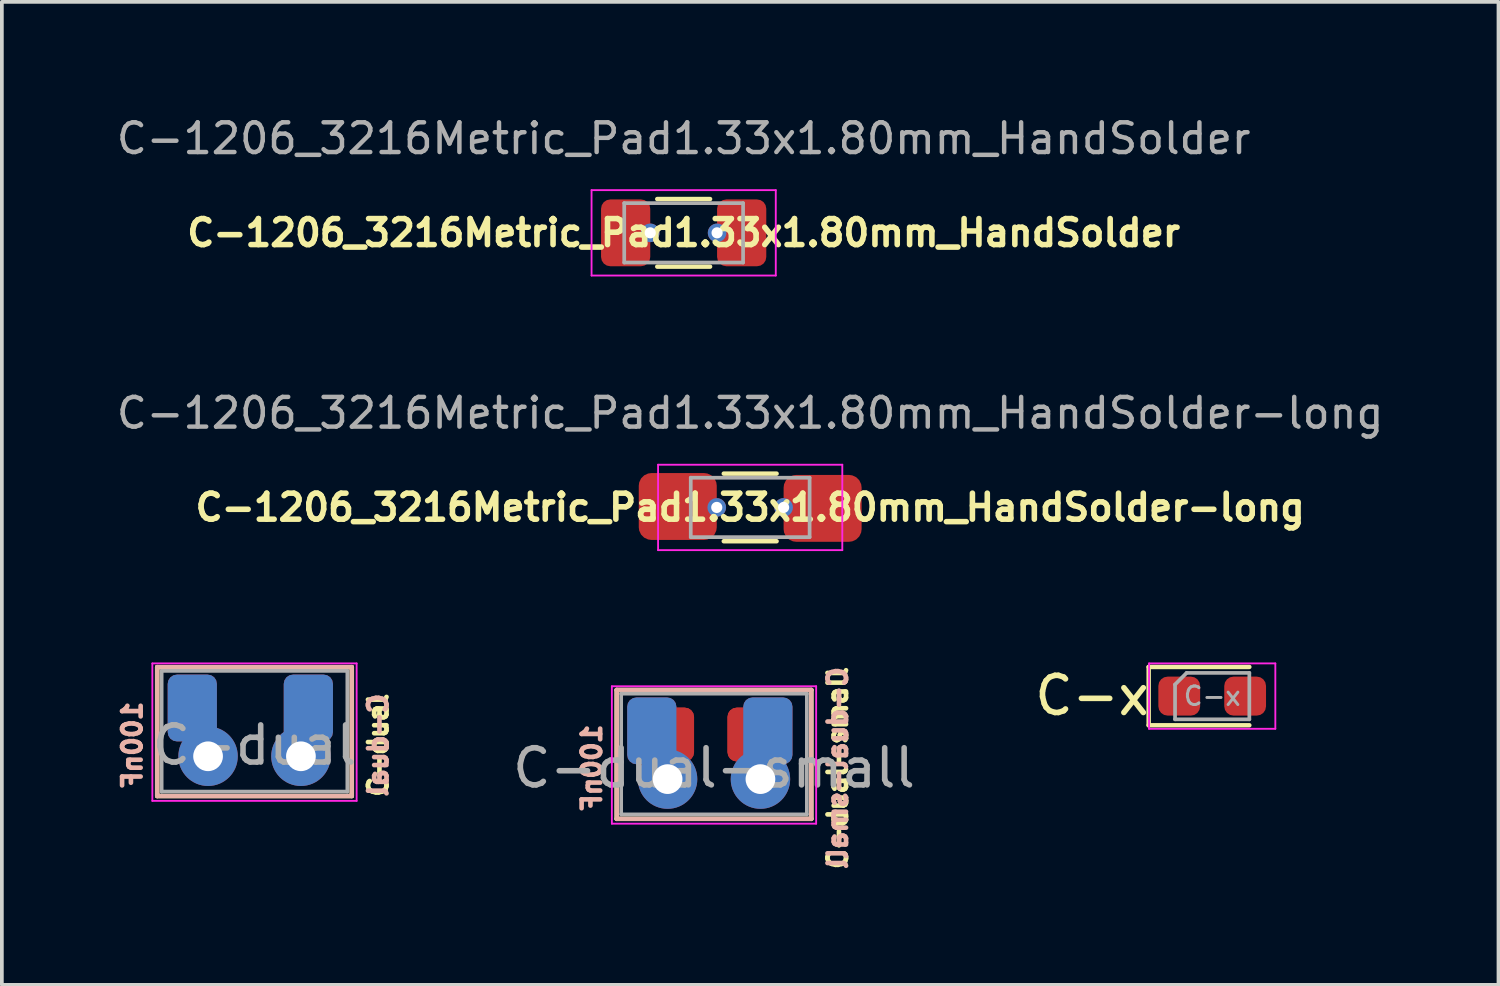
<source format=kicad_pcb>
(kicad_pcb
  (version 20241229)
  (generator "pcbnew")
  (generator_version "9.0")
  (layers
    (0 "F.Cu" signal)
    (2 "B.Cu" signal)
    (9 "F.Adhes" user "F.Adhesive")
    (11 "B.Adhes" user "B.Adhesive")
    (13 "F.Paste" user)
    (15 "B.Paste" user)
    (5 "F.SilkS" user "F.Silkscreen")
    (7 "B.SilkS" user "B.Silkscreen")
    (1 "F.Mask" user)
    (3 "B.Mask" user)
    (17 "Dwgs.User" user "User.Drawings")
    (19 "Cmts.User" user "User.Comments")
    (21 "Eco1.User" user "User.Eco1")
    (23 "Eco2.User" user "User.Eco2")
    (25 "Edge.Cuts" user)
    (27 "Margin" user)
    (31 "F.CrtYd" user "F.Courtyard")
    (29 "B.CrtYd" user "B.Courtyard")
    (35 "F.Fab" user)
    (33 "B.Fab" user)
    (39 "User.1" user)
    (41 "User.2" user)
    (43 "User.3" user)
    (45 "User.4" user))
  (footprint "C-dual-small"
    (layer "F.Cu")
    (at 14.924 17.627)
    (property "Reference" "C-dual-small" (at 4.58 0 90) (layer "F.SilkS") (effects (font (size 0.5 0.5) (thickness 0.125))))
    (property "Value" "100nF" (at -2.04 0 90) (layer "F.SilkS") (hide yes) (effects (font (size 0.5 0.5) (thickness 0.125))))
    (attr smd)
    (fp_line (start -1.37 -2.1) (end -1.37 1.37) (stroke (width 0.12) (type solid)) (layer "F.SilkS"))
    (fp_line (start -1.37 -2.1) (end 3.87 -2.1) (stroke (width 0.12) (type solid)) (layer "F.SilkS"))
    (fp_line (start -1.37 1.37) (end 3.87 1.37) (stroke (width 0.12) (type solid)) (layer "F.SilkS"))
    (fp_line (start 3.87 -2.1) (end 3.87 1.37) (stroke (width 0.12) (type solid)) (layer "F.SilkS"))
    (fp_line (start -1.37 -2.1) (end -1.37 1.37) (stroke (width 0.12) (type solid)) (layer "B.SilkS"))
    (fp_line (start -1.37 -2.1) (end 3.87 -2.1) (stroke (width 0.12) (type solid)) (layer "B.SilkS"))
    (fp_line (start -1.37 1.37) (end 3.87 1.37) (stroke (width 0.12) (type solid)) (layer "B.SilkS"))
    (fp_line (start 3.87 -2.1) (end 3.87 1.37) (stroke (width 0.12) (type solid)) (layer "B.SilkS"))
    (fp_line (start -1.5 -2.2) (end -1.5 1.5) (stroke (width 0.05) (type solid)) (layer "F.CrtYd"))
    (fp_line (start -1.5 1.5) (end 4 1.5) (stroke (width 0.05) (type solid)) (layer "F.CrtYd"))
    (fp_line (start 4 -2.2) (end -1.5 -2.2) (stroke (width 0.05) (type solid)) (layer "F.CrtYd"))
    (fp_line (start 4 1.5) (end 4 -2.2) (stroke (width 0.05) (type solid)) (layer "F.CrtYd"))
    (fp_line (start -1.25 -2) (end -1.25 1.25) (stroke (width 0.1) (type solid)) (layer "F.Fab"))
    (fp_line (start -1.25 1.25) (end 3.75 1.25) (stroke (width 0.1) (type solid)) (layer "F.Fab"))
    (fp_line (start 3.75 -2) (end -1.25 -2) (stroke (width 0.1) (type solid)) (layer "F.Fab"))
    (fp_line (start 3.75 1.25) (end 3.75 -2) (stroke (width 0.1) (type solid)) (layer "F.Fab"))
    (fp_text user "${REFERENCE}" (at 4.58 0 90) (layer "B.SilkS") (effects (font (size 0.5 0.5) (thickness 0.125)) (justify mirror)))
    (fp_text user "${VALUE}" (at -2.04 0 90) (layer "B.SilkS") (effects (font (size 0.5 0.5) (thickness 0.125)) (justify mirror)))
    (fp_text user "${REFERENCE}" (at 1.25 0 0) (layer "F.Fab") (effects (font (size 1 1) (thickness 0.15))))
    (pad "1" smd roundrect (at -0.425 -1) (size 1.325 1.8) (layers "F.Cu" "F.Mask" "F.Paste") (roundrect_rratio 0.189))
    (pad "1" smd roundrect (at -0.425 -1) (size 1.325 1.8) (layers "B.Cu" "B.Mask" "B.Paste") (roundrect_rratio 0.189))
    (pad "1" thru_hole circle (at 0 0.3) (size 1.6 1.6) (drill 0.8) (layers "*.Cu" "*.Mask"))
    (pad "1" smd roundrect (at 0.125 -0.9) (size 1.175 1.45) (layers "F.Cu" "F.Mask" "F.Paste") (roundrect_rratio 0.213))
    (pad "1" smd roundrect (at 0.125 -0.9) (size 1.175 1.45) (layers "F.Cu" "B.Mask" "B.Paste") (roundrect_rratio 0.213))
    (pad "2" smd roundrect (at 2.2 -0.9) (size 1.175 1.45) (layers "F.Cu" "F.Mask" "F.Paste") (roundrect_rratio 0.213))
    (pad "2" smd roundrect (at 2.2 -0.9) (size 1.175 1.45) (layers "F.Cu" "B.Mask" "B.Paste") (roundrect_rratio 0.213))
    (pad "2" thru_hole circle (at 2.5 0.3) (size 1.6 1.6) (drill 0.8) (layers "*.Cu" "*.Mask"))
    (pad "2" smd roundrect (at 2.7 -1) (size 1.325 1.8) (layers "F.Cu" "F.Mask" "F.Paste") (roundrect_rratio 0.189))
    (pad "2" smd roundrect (at 2.7 -1) (size 1.325 1.8) (layers "B.Cu" "B.Mask" "B.Paste") (roundrect_rratio 0.189)))
  (footprint "C-1206_3216Metric_Pad1.33x1.80mm_HandSolder"
    (layer "F.Cu")
    (at 15.357 3.219)
    (property "Reference" "C-1206_3216Metric_Pad1.33x1.80mm_HandSolder" (at 0 0 0) (layer "F.SilkS") (effects (font (size 0.7 0.7) (thickness 0.15))))
    (attr smd)
    (fp_line (start -0.711 -0.91) (end 0.711 -0.91) (stroke (width 0.12) (type solid)) (layer "F.SilkS"))
    (fp_line (start -0.711 0.91) (end 0.711 0.91) (stroke (width 0.12) (type solid)) (layer "F.SilkS"))
    (fp_line (start -2.48 -1.15) (end 2.48 -1.15) (stroke (width 0.05) (type solid)) (layer "F.CrtYd"))
    (fp_line (start -2.48 1.15) (end -2.48 -1.15) (stroke (width 0.05) (type solid)) (layer "F.CrtYd"))
    (fp_line (start 2.48 -1.15) (end 2.48 1.15) (stroke (width 0.05) (type solid)) (layer "F.CrtYd"))
    (fp_line (start 2.48 1.15) (end -2.48 1.15) (stroke (width 0.05) (type solid)) (layer "F.CrtYd"))
    (fp_line (start -1.6 -0.8) (end 1.6 -0.8) (stroke (width 0.1) (type solid)) (layer "F.Fab"))
    (fp_line (start -1.6 0.8) (end -1.6 -0.8) (stroke (width 0.1) (type solid)) (layer "F.Fab"))
    (fp_line (start 1.6 -0.8) (end 1.6 0.8) (stroke (width 0.1) (type solid)) (layer "F.Fab"))
    (fp_line (start 1.6 0.8) (end -1.6 0.8) (stroke (width 0.1) (type solid)) (layer "F.Fab"))
    (fp_text user "${REFERENCE}" (at 0 -2.54 0) (layer "F.Fab") (effects (font (size 0.8 0.8) (thickness 0.12))))
    (pad "1" smd roundrect (at -1.562 0) (size 1.325 1.8) (layers "F.Cu" "F.Mask" "F.Paste") (roundrect_rratio 0.189))
    (pad "1" thru_hole circle (at -0.9 0) (size 0.5 0.5) (drill 0.3) (layers "*.Cu" "*.Mask"))
    (pad "2" thru_hole circle (at 0.9 0) (size 0.5 0.5) (drill 0.3) (layers "*.Cu" "*.Mask"))
    (pad "2" smd roundrect (at 1.562 0) (size 1.325 1.8) (layers "F.Cu" "F.Mask" "F.Paste") (roundrect_rratio 0.189)))
  (footprint "C-1206_3216Metric_Pad1.33x1.80mm_HandSolder-long"
    (layer "F.Cu")
    (at 17.148 10.612)
    (property "Reference" "C-1206_3216Metric_Pad1.33x1.80mm_HandSolder-long" (at 0 0 0) (layer "F.SilkS") (effects (font (size 0.7 0.7) (thickness 0.15))))
    (attr smd)
    (fp_line (start -0.711 -0.91) (end 0.711 -0.91) (stroke (width 0.12) (type solid)) (layer "F.SilkS"))
    (fp_line (start -0.711 0.91) (end 0.711 0.91) (stroke (width 0.12) (type solid)) (layer "F.SilkS"))
    (fp_line (start -2.48 -1.15) (end 2.48 -1.15) (stroke (width 0.05) (type solid)) (layer "F.CrtYd"))
    (fp_line (start -2.48 1.15) (end -2.48 -1.15) (stroke (width 0.05) (type solid)) (layer "F.CrtYd"))
    (fp_line (start 2.48 -1.15) (end 2.48 1.15) (stroke (width 0.05) (type solid)) (layer "F.CrtYd"))
    (fp_line (start 2.48 1.15) (end -2.48 1.15) (stroke (width 0.05) (type solid)) (layer "F.CrtYd"))
    (fp_line (start -1.6 -0.8) (end 1.6 -0.8) (stroke (width 0.1) (type solid)) (layer "F.Fab"))
    (fp_line (start -1.6 0.8) (end -1.6 -0.8) (stroke (width 0.1) (type solid)) (layer "F.Fab"))
    (fp_line (start 1.6 -0.8) (end 1.6 0.8) (stroke (width 0.1) (type solid)) (layer "F.Fab"))
    (fp_line (start 1.6 0.8) (end -1.6 0.8) (stroke (width 0.1) (type solid)) (layer "F.Fab"))
    (fp_text user "${REFERENCE}" (at 0 -2.54 0) (layer "F.Fab") (effects (font (size 0.8 0.8) (thickness 0.12))))
    (pad "1" smd roundrect (at -1.95 -0.025) (size 2.1 1.8) (layers "F.Cu" "F.Mask" "F.Paste") (roundrect_rratio 0.189))
    (pad "1" thru_hole circle (at -0.9 0) (size 0.5 0.5) (drill 0.3) (layers "*.Cu" "*.Mask"))
    (pad "2" thru_hole circle (at 0.9 0) (size 0.5 0.5) (drill 0.3) (layers "*.Cu" "*.Mask"))
    (pad "2" smd roundrect (at 1.95 0.025) (size 2.1 1.8) (layers "F.Cu" "F.Mask" "F.Paste") (roundrect_rratio 0.189)))
  (footprint "C-x"
    (layer "F.Cu")
    (at 29.587 15.692)
    (property "Reference" "C-x" (at -3.235 -0.014 0) (layer "F.SilkS") (effects (font (size 1 1) (thickness 0.15))))
    (attr smd)
    (fp_line (start -1.71 -0.785) (end -1.71 0.785) (stroke (width 0.12) (type solid)) (layer "F.SilkS"))
    (fp_line (start -1.71 0.785) (end 1 0.785) (stroke (width 0.12) (type solid)) (layer "F.SilkS"))
    (fp_line (start 1 -0.785) (end -1.71 -0.785) (stroke (width 0.12) (type solid)) (layer "F.SilkS"))
    (fp_line (start -1.7 -0.88) (end 1.7 -0.88) (stroke (width 0.05) (type solid)) (layer "F.CrtYd"))
    (fp_line (start -1.7 0.88) (end -1.7 -0.88) (stroke (width 0.05) (type solid)) (layer "F.CrtYd"))
    (fp_line (start 1.7 -0.88) (end 1.7 0.88) (stroke (width 0.05) (type solid)) (layer "F.CrtYd"))
    (fp_line (start 1.7 0.88) (end -1.7 0.88) (stroke (width 0.05) (type solid)) (layer "F.CrtYd"))
    (fp_line (start -1 -0.312) (end -1 0.625) (stroke (width 0.1) (type solid)) (layer "F.Fab"))
    (fp_line (start -1 0.625) (end 1 0.625) (stroke (width 0.1) (type solid)) (layer "F.Fab"))
    (fp_line (start -0.688 -0.625) (end -1 -0.312) (stroke (width 0.1) (type solid)) (layer "F.Fab"))
    (fp_line (start 1 -0.625) (end -0.688 -0.625) (stroke (width 0.1) (type solid)) (layer "F.Fab"))
    (fp_line (start 1 0.625) (end 1 -0.625) (stroke (width 0.1) (type solid)) (layer "F.Fab"))
    (fp_text user "${REFERENCE}" (at 0 0 0) (layer "F.Fab") (effects (font (size 0.5 0.5) (thickness 0.08))))
    (pad "1" smd roundrect (at -0.887 0) (size 1.125 1.05) (layers "F.Cu" "F.Mask" "F.Paste") (roundrect_rratio 0.238))
    (pad "2" smd roundrect (at 0.887 0) (size 1.125 1.05) (layers "F.Cu" "F.Mask" "F.Paste") (roundrect_rratio 0.238)))
  (footprint "C-dual"
    (layer "F.Cu")
    (at 2.552 17.012)
    (property "Reference" "C-dual" (at 4.58 0 90) (layer "F.SilkS") (effects (font (size 0.5 0.5) (thickness 0.125))))
    (property "Value" "100nF" (at -2.04 0 90) (layer "F.SilkS") (hide yes) (effects (font (size 0.5 0.5) (thickness 0.125))))
    (attr through_hole)
    (fp_line (start -1.37 -2.1) (end -1.37 1.37) (stroke (width 0.12) (type solid)) (layer "F.SilkS"))
    (fp_line (start -1.37 -2.1) (end 3.87 -2.1) (stroke (width 0.12) (type solid)) (layer "F.SilkS"))
    (fp_line (start -1.37 1.37) (end 3.87 1.37) (stroke (width 0.12) (type solid)) (layer "F.SilkS"))
    (fp_line (start 3.87 -2.1) (end 3.87 1.37) (stroke (width 0.12) (type solid)) (layer "F.SilkS"))
    (fp_line (start -1.37 -2.1) (end -1.37 1.37) (stroke (width 0.12) (type solid)) (layer "B.SilkS"))
    (fp_line (start -1.37 -2.1) (end 3.87 -2.1) (stroke (width 0.12) (type solid)) (layer "B.SilkS"))
    (fp_line (start -1.37 1.37) (end 3.87 1.37) (stroke (width 0.12) (type solid)) (layer "B.SilkS"))
    (fp_line (start 3.87 -2.1) (end 3.87 1.37) (stroke (width 0.12) (type solid)) (layer "B.SilkS"))
    (fp_line (start -1.5 -2.2) (end -1.5 1.5) (stroke (width 0.05) (type solid)) (layer "F.CrtYd"))
    (fp_line (start -1.5 1.5) (end 4 1.5) (stroke (width 0.05) (type solid)) (layer "F.CrtYd"))
    (fp_line (start 4 -2.2) (end -1.5 -2.2) (stroke (width 0.05) (type solid)) (layer "F.CrtYd"))
    (fp_line (start 4 1.5) (end 4 -2.2) (stroke (width 0.05) (type solid)) (layer "F.CrtYd"))
    (fp_line (start -1.25 -2) (end -1.25 1.25) (stroke (width 0.1) (type solid)) (layer "F.Fab"))
    (fp_line (start -1.25 1.25) (end 3.75 1.25) (stroke (width 0.1) (type solid)) (layer "F.Fab"))
    (fp_line (start 3.75 -2) (end -1.25 -2) (stroke (width 0.1) (type solid)) (layer "F.Fab"))
    (fp_line (start 3.75 1.25) (end 3.75 -2) (stroke (width 0.1) (type solid)) (layer "F.Fab"))
    (fp_text user "${REFERENCE}" (at 4.58 0 90) (layer "B.SilkS") (effects (font (size 0.5 0.5) (thickness 0.125)) (justify mirror)))
    (fp_text user "${VALUE}" (at -2.04 0 90) (layer "B.SilkS") (effects (font (size 0.5 0.5) (thickness 0.125)) (justify mirror)))
    (fp_text user "${REFERENCE}" (at 1.25 0 0) (layer "F.Fab") (effects (font (size 1 1) (thickness 0.15))))
    (pad "1" smd roundrect (at -0.425 -1) (size 1.325 1.8) (layers "F.Cu" "F.Mask" "F.Paste") (roundrect_rratio 0.189))
    (pad "1" smd roundrect (at -0.425 -1) (size 1.325 1.8) (layers "B.Cu" "B.Mask" "B.Paste") (roundrect_rratio 0.189))
    (pad "1" thru_hole circle (at 0 0.3) (size 1.6 1.6) (drill 0.8) (layers "*.Cu" "*.Mask"))
    (pad "2" thru_hole circle (at 2.5 0.3) (size 1.6 1.6) (drill 0.8) (layers "*.Cu" "*.Mask"))
    (pad "2" smd roundrect (at 2.7 -1) (size 1.325 1.8) (layers "F.Cu" "F.Mask" "F.Paste") (roundrect_rratio 0.189))
    (pad "2" smd roundrect (at 2.7 -1) (size 1.325 1.8) (layers "B.Cu" "B.Mask" "B.Paste") (roundrect_rratio 0.189)))
  (gr_rect
    (start -3 -3)
    (end 37.295 23.467)
    (stroke (width 0.1) (type default))
    (fill no)
    (layer "Edge.Cuts")))
</source>
